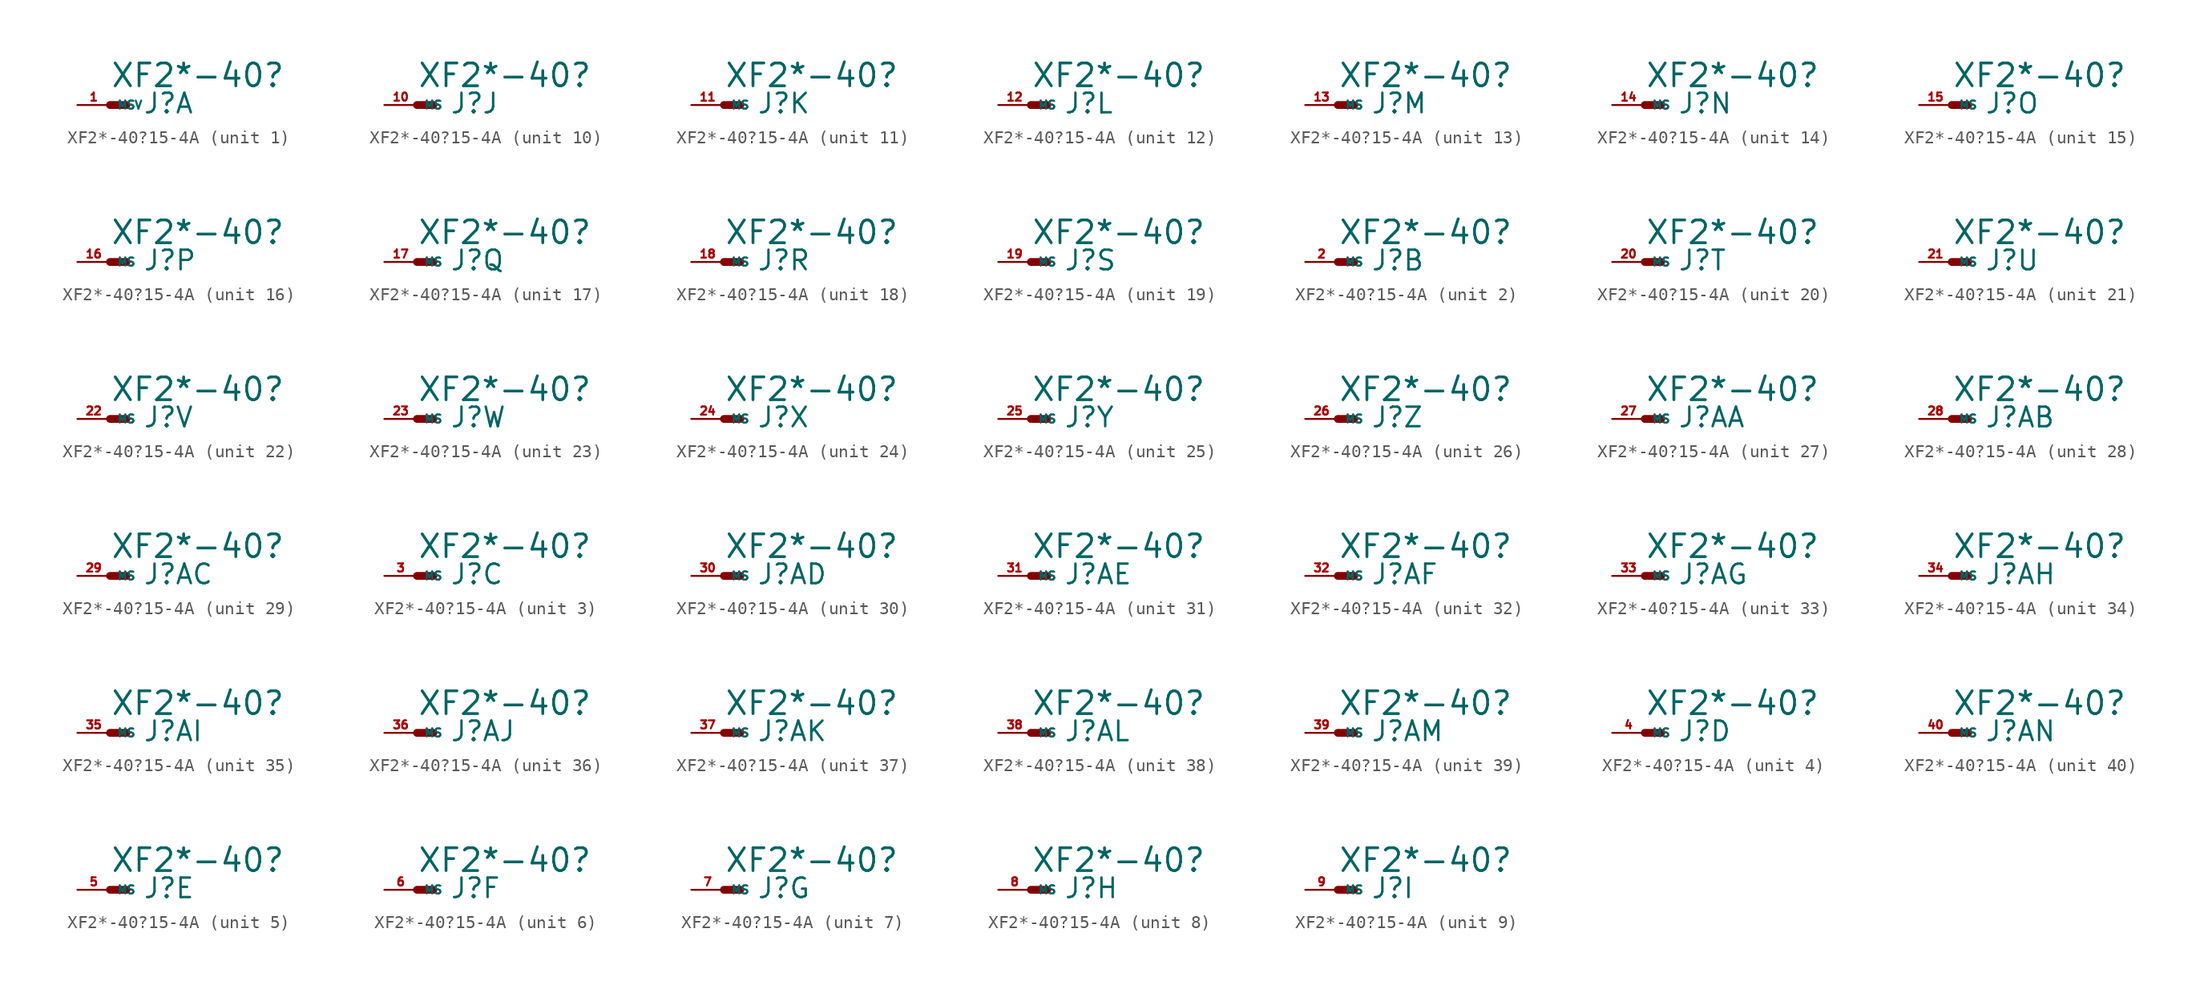
<source format=kicad_sym>
(kicad_symbol_lib
  (version 20220914)
  (generator Eagle2Kicad)
  (symbol "XF2*-40?15-4A"
    (property "Reference" "J"
      (at 2.54 -0.762 0)
      (effects (font (size 1.524 1.524) (thickness 0.19)) (justify left bottom)))
    (property "Value" "XF2*-40?"
      (at 0 1.27 0)
      (effects (font (size 1.778 1.778) (thickness 0.22)) (justify left bottom)))
    (symbol "XF2*-40?15-4A_1_0"
      (polyline (pts (xy 0 0) (xy 1.27 0)) (stroke (width 0.61) (type default)) (fill (type none)))
      (pin passive line (at -2.54 0 0) (length 2.54) (name "MSV" (effects (font (size 0.635 0.635) (thickness 0.08)) (justify left bottom))) (number "1" (effects (font (size 0.635 0.635) (thickness 0.08)) (justify left bottom)))))
    (symbol "XF2*-40?15-4A_2_0"
      (polyline (pts (xy 0 0) (xy 1.27 0)) (stroke (width 0.61) (type default)) (fill (type none)))
      (pin passive line (at -2.54 0 0) (length 2.54) (name "MS" (effects (font (size 0.635 0.635) (thickness 0.08)) (justify left bottom))) (number "2" (effects (font (size 0.635 0.635) (thickness 0.08)) (justify left bottom)))))
    (symbol "XF2*-40?15-4A_3_0"
      (polyline (pts (xy 0 0) (xy 1.27 0)) (stroke (width 0.61) (type default)) (fill (type none)))
      (pin passive line (at -2.54 0 0) (length 2.54) (name "MS" (effects (font (size 0.635 0.635) (thickness 0.08)) (justify left bottom))) (number "3" (effects (font (size 0.635 0.635) (thickness 0.08)) (justify left bottom)))))
    (symbol "XF2*-40?15-4A_4_0"
      (polyline (pts (xy 0 0) (xy 1.27 0)) (stroke (width 0.61) (type default)) (fill (type none)))
      (pin passive line (at -2.54 0 0) (length 2.54) (name "MS" (effects (font (size 0.635 0.635) (thickness 0.08)) (justify left bottom))) (number "4" (effects (font (size 0.635 0.635) (thickness 0.08)) (justify left bottom)))))
    (symbol "XF2*-40?15-4A_5_0"
      (polyline (pts (xy 0 0) (xy 1.27 0)) (stroke (width 0.61) (type default)) (fill (type none)))
      (pin passive line (at -2.54 0 0) (length 2.54) (name "MS" (effects (font (size 0.635 0.635) (thickness 0.08)) (justify left bottom))) (number "5" (effects (font (size 0.635 0.635) (thickness 0.08)) (justify left bottom)))))
    (symbol "XF2*-40?15-4A_6_0"
      (polyline (pts (xy 0 0) (xy 1.27 0)) (stroke (width 0.61) (type default)) (fill (type none)))
      (pin passive line (at -2.54 0 0) (length 2.54) (name "MS" (effects (font (size 0.635 0.635) (thickness 0.08)) (justify left bottom))) (number "6" (effects (font (size 0.635 0.635) (thickness 0.08)) (justify left bottom)))))
    (symbol "XF2*-40?15-4A_7_0"
      (polyline (pts (xy 0 0) (xy 1.27 0)) (stroke (width 0.61) (type default)) (fill (type none)))
      (pin passive line (at -2.54 0 0) (length 2.54) (name "MS" (effects (font (size 0.635 0.635) (thickness 0.08)) (justify left bottom))) (number "7" (effects (font (size 0.635 0.635) (thickness 0.08)) (justify left bottom)))))
    (symbol "XF2*-40?15-4A_8_0"
      (polyline (pts (xy 0 0) (xy 1.27 0)) (stroke (width 0.61) (type default)) (fill (type none)))
      (pin passive line (at -2.54 0 0) (length 2.54) (name "MS" (effects (font (size 0.635 0.635) (thickness 0.08)) (justify left bottom))) (number "8" (effects (font (size 0.635 0.635) (thickness 0.08)) (justify left bottom)))))
    (symbol "XF2*-40?15-4A_9_0"
      (polyline (pts (xy 0 0) (xy 1.27 0)) (stroke (width 0.61) (type default)) (fill (type none)))
      (pin passive line (at -2.54 0 0) (length 2.54) (name "MS" (effects (font (size 0.635 0.635) (thickness 0.08)) (justify left bottom))) (number "9" (effects (font (size 0.635 0.635) (thickness 0.08)) (justify left bottom)))))
    (symbol "XF2*-40?15-4A_10_0"
      (polyline (pts (xy 0 0) (xy 1.27 0)) (stroke (width 0.61) (type default)) (fill (type none)))
      (pin passive line (at -2.54 0 0) (length 2.54) (name "MS" (effects (font (size 0.635 0.635) (thickness 0.08)) (justify left bottom))) (number "10" (effects (font (size 0.635 0.635) (thickness 0.08)) (justify left bottom)))))
    (symbol "XF2*-40?15-4A_11_0"
      (polyline (pts (xy 0 0) (xy 1.27 0)) (stroke (width 0.61) (type default)) (fill (type none)))
      (pin passive line (at -2.54 0 0) (length 2.54) (name "MS" (effects (font (size 0.635 0.635) (thickness 0.08)) (justify left bottom))) (number "11" (effects (font (size 0.635 0.635) (thickness 0.08)) (justify left bottom)))))
    (symbol "XF2*-40?15-4A_12_0"
      (polyline (pts (xy 0 0) (xy 1.27 0)) (stroke (width 0.61) (type default)) (fill (type none)))
      (pin passive line (at -2.54 0 0) (length 2.54) (name "MS" (effects (font (size 0.635 0.635) (thickness 0.08)) (justify left bottom))) (number "12" (effects (font (size 0.635 0.635) (thickness 0.08)) (justify left bottom)))))
    (symbol "XF2*-40?15-4A_13_0"
      (polyline (pts (xy 0 0) (xy 1.27 0)) (stroke (width 0.61) (type default)) (fill (type none)))
      (pin passive line (at -2.54 0 0) (length 2.54) (name "MS" (effects (font (size 0.635 0.635) (thickness 0.08)) (justify left bottom))) (number "13" (effects (font (size 0.635 0.635) (thickness 0.08)) (justify left bottom)))))
    (symbol "XF2*-40?15-4A_14_0"
      (polyline (pts (xy 0 0) (xy 1.27 0)) (stroke (width 0.61) (type default)) (fill (type none)))
      (pin passive line (at -2.54 0 0) (length 2.54) (name "MS" (effects (font (size 0.635 0.635) (thickness 0.08)) (justify left bottom))) (number "14" (effects (font (size 0.635 0.635) (thickness 0.08)) (justify left bottom)))))
    (symbol "XF2*-40?15-4A_15_0"
      (polyline (pts (xy 0 0) (xy 1.27 0)) (stroke (width 0.61) (type default)) (fill (type none)))
      (pin passive line (at -2.54 0 0) (length 2.54) (name "MS" (effects (font (size 0.635 0.635) (thickness 0.08)) (justify left bottom))) (number "15" (effects (font (size 0.635 0.635) (thickness 0.08)) (justify left bottom)))))
    (symbol "XF2*-40?15-4A_16_0"
      (polyline (pts (xy 0 0) (xy 1.27 0)) (stroke (width 0.61) (type default)) (fill (type none)))
      (pin passive line (at -2.54 0 0) (length 2.54) (name "MS" (effects (font (size 0.635 0.635) (thickness 0.08)) (justify left bottom))) (number "16" (effects (font (size 0.635 0.635) (thickness 0.08)) (justify left bottom)))))
    (symbol "XF2*-40?15-4A_17_0"
      (polyline (pts (xy 0 0) (xy 1.27 0)) (stroke (width 0.61) (type default)) (fill (type none)))
      (pin passive line (at -2.54 0 0) (length 2.54) (name "MS" (effects (font (size 0.635 0.635) (thickness 0.08)) (justify left bottom))) (number "17" (effects (font (size 0.635 0.635) (thickness 0.08)) (justify left bottom)))))
    (symbol "XF2*-40?15-4A_18_0"
      (polyline (pts (xy 0 0) (xy 1.27 0)) (stroke (width 0.61) (type default)) (fill (type none)))
      (pin passive line (at -2.54 0 0) (length 2.54) (name "MS" (effects (font (size 0.635 0.635) (thickness 0.08)) (justify left bottom))) (number "18" (effects (font (size 0.635 0.635) (thickness 0.08)) (justify left bottom)))))
    (symbol "XF2*-40?15-4A_19_0"
      (polyline (pts (xy 0 0) (xy 1.27 0)) (stroke (width 0.61) (type default)) (fill (type none)))
      (pin passive line (at -2.54 0 0) (length 2.54) (name "MS" (effects (font (size 0.635 0.635) (thickness 0.08)) (justify left bottom))) (number "19" (effects (font (size 0.635 0.635) (thickness 0.08)) (justify left bottom)))))
    (symbol "XF2*-40?15-4A_20_0"
      (polyline (pts (xy 0 0) (xy 1.27 0)) (stroke (width 0.61) (type default)) (fill (type none)))
      (pin passive line (at -2.54 0 0) (length 2.54) (name "MS" (effects (font (size 0.635 0.635) (thickness 0.08)) (justify left bottom))) (number "20" (effects (font (size 0.635 0.635) (thickness 0.08)) (justify left bottom)))))
    (symbol "XF2*-40?15-4A_21_0"
      (polyline (pts (xy 0 0) (xy 1.27 0)) (stroke (width 0.61) (type default)) (fill (type none)))
      (pin passive line (at -2.54 0 0) (length 2.54) (name "MS" (effects (font (size 0.635 0.635) (thickness 0.08)) (justify left bottom))) (number "21" (effects (font (size 0.635 0.635) (thickness 0.08)) (justify left bottom)))))
    (symbol "XF2*-40?15-4A_22_0"
      (polyline (pts (xy 0 0) (xy 1.27 0)) (stroke (width 0.61) (type default)) (fill (type none)))
      (pin passive line (at -2.54 0 0) (length 2.54) (name "MS" (effects (font (size 0.635 0.635) (thickness 0.08)) (justify left bottom))) (number "22" (effects (font (size 0.635 0.635) (thickness 0.08)) (justify left bottom)))))
    (symbol "XF2*-40?15-4A_23_0"
      (polyline (pts (xy 0 0) (xy 1.27 0)) (stroke (width 0.61) (type default)) (fill (type none)))
      (pin passive line (at -2.54 0 0) (length 2.54) (name "MS" (effects (font (size 0.635 0.635) (thickness 0.08)) (justify left bottom))) (number "23" (effects (font (size 0.635 0.635) (thickness 0.08)) (justify left bottom)))))
    (symbol "XF2*-40?15-4A_24_0"
      (polyline (pts (xy 0 0) (xy 1.27 0)) (stroke (width 0.61) (type default)) (fill (type none)))
      (pin passive line (at -2.54 0 0) (length 2.54) (name "MS" (effects (font (size 0.635 0.635) (thickness 0.08)) (justify left bottom))) (number "24" (effects (font (size 0.635 0.635) (thickness 0.08)) (justify left bottom)))))
    (symbol "XF2*-40?15-4A_25_0"
      (polyline (pts (xy 0 0) (xy 1.27 0)) (stroke (width 0.61) (type default)) (fill (type none)))
      (pin passive line (at -2.54 0 0) (length 2.54) (name "MS" (effects (font (size 0.635 0.635) (thickness 0.08)) (justify left bottom))) (number "25" (effects (font (size 0.635 0.635) (thickness 0.08)) (justify left bottom)))))
    (symbol "XF2*-40?15-4A_26_0"
      (polyline (pts (xy 0 0) (xy 1.27 0)) (stroke (width 0.61) (type default)) (fill (type none)))
      (pin passive line (at -2.54 0 0) (length 2.54) (name "MS" (effects (font (size 0.635 0.635) (thickness 0.08)) (justify left bottom))) (number "26" (effects (font (size 0.635 0.635) (thickness 0.08)) (justify left bottom)))))
    (symbol "XF2*-40?15-4A_27_0"
      (polyline (pts (xy 0 0) (xy 1.27 0)) (stroke (width 0.61) (type default)) (fill (type none)))
      (pin passive line (at -2.54 0 0) (length 2.54) (name "MS" (effects (font (size 0.635 0.635) (thickness 0.08)) (justify left bottom))) (number "27" (effects (font (size 0.635 0.635) (thickness 0.08)) (justify left bottom)))))
    (symbol "XF2*-40?15-4A_28_0"
      (polyline (pts (xy 0 0) (xy 1.27 0)) (stroke (width 0.61) (type default)) (fill (type none)))
      (pin passive line (at -2.54 0 0) (length 2.54) (name "MS" (effects (font (size 0.635 0.635) (thickness 0.08)) (justify left bottom))) (number "28" (effects (font (size 0.635 0.635) (thickness 0.08)) (justify left bottom)))))
    (symbol "XF2*-40?15-4A_29_0"
      (polyline (pts (xy 0 0) (xy 1.27 0)) (stroke (width 0.61) (type default)) (fill (type none)))
      (pin passive line (at -2.54 0 0) (length 2.54) (name "MS" (effects (font (size 0.635 0.635) (thickness 0.08)) (justify left bottom))) (number "29" (effects (font (size 0.635 0.635) (thickness 0.08)) (justify left bottom)))))
    (symbol "XF2*-40?15-4A_30_0"
      (polyline (pts (xy 0 0) (xy 1.27 0)) (stroke (width 0.61) (type default)) (fill (type none)))
      (pin passive line (at -2.54 0 0) (length 2.54) (name "MS" (effects (font (size 0.635 0.635) (thickness 0.08)) (justify left bottom))) (number "30" (effects (font (size 0.635 0.635) (thickness 0.08)) (justify left bottom)))))
    (symbol "XF2*-40?15-4A_31_0"
      (polyline (pts (xy 0 0) (xy 1.27 0)) (stroke (width 0.61) (type default)) (fill (type none)))
      (pin passive line (at -2.54 0 0) (length 2.54) (name "MS" (effects (font (size 0.635 0.635) (thickness 0.08)) (justify left bottom))) (number "31" (effects (font (size 0.635 0.635) (thickness 0.08)) (justify left bottom)))))
    (symbol "XF2*-40?15-4A_32_0"
      (polyline (pts (xy 0 0) (xy 1.27 0)) (stroke (width 0.61) (type default)) (fill (type none)))
      (pin passive line (at -2.54 0 0) (length 2.54) (name "MS" (effects (font (size 0.635 0.635) (thickness 0.08)) (justify left bottom))) (number "32" (effects (font (size 0.635 0.635) (thickness 0.08)) (justify left bottom)))))
    (symbol "XF2*-40?15-4A_33_0"
      (polyline (pts (xy 0 0) (xy 1.27 0)) (stroke (width 0.61) (type default)) (fill (type none)))
      (pin passive line (at -2.54 0 0) (length 2.54) (name "MS" (effects (font (size 0.635 0.635) (thickness 0.08)) (justify left bottom))) (number "33" (effects (font (size 0.635 0.635) (thickness 0.08)) (justify left bottom)))))
    (symbol "XF2*-40?15-4A_34_0"
      (polyline (pts (xy 0 0) (xy 1.27 0)) (stroke (width 0.61) (type default)) (fill (type none)))
      (pin passive line (at -2.54 0 0) (length 2.54) (name "MS" (effects (font (size 0.635 0.635) (thickness 0.08)) (justify left bottom))) (number "34" (effects (font (size 0.635 0.635) (thickness 0.08)) (justify left bottom)))))
    (symbol "XF2*-40?15-4A_35_0"
      (polyline (pts (xy 0 0) (xy 1.27 0)) (stroke (width 0.61) (type default)) (fill (type none)))
      (pin passive line (at -2.54 0 0) (length 2.54) (name "MS" (effects (font (size 0.635 0.635) (thickness 0.08)) (justify left bottom))) (number "35" (effects (font (size 0.635 0.635) (thickness 0.08)) (justify left bottom)))))
    (symbol "XF2*-40?15-4A_36_0"
      (polyline (pts (xy 0 0) (xy 1.27 0)) (stroke (width 0.61) (type default)) (fill (type none)))
      (pin passive line (at -2.54 0 0) (length 2.54) (name "MS" (effects (font (size 0.635 0.635) (thickness 0.08)) (justify left bottom))) (number "36" (effects (font (size 0.635 0.635) (thickness 0.08)) (justify left bottom)))))
    (symbol "XF2*-40?15-4A_37_0"
      (polyline (pts (xy 0 0) (xy 1.27 0)) (stroke (width 0.61) (type default)) (fill (type none)))
      (pin passive line (at -2.54 0 0) (length 2.54) (name "MS" (effects (font (size 0.635 0.635) (thickness 0.08)) (justify left bottom))) (number "37" (effects (font (size 0.635 0.635) (thickness 0.08)) (justify left bottom)))))
    (symbol "XF2*-40?15-4A_38_0"
      (polyline (pts (xy 0 0) (xy 1.27 0)) (stroke (width 0.61) (type default)) (fill (type none)))
      (pin passive line (at -2.54 0 0) (length 2.54) (name "MS" (effects (font (size 0.635 0.635) (thickness 0.08)) (justify left bottom))) (number "38" (effects (font (size 0.635 0.635) (thickness 0.08)) (justify left bottom)))))
    (symbol "XF2*-40?15-4A_39_0"
      (polyline (pts (xy 0 0) (xy 1.27 0)) (stroke (width 0.61) (type default)) (fill (type none)))
      (pin passive line (at -2.54 0 0) (length 2.54) (name "MS" (effects (font (size 0.635 0.635) (thickness 0.08)) (justify left bottom))) (number "39" (effects (font (size 0.635 0.635) (thickness 0.08)) (justify left bottom)))))
    (symbol "XF2*-40?15-4A_40_0"
      (polyline (pts (xy 0 0) (xy 1.27 0)) (stroke (width 0.61) (type default)) (fill (type none)))
      (pin passive line (at -2.54 0 0) (length 2.54) (name "MS" (effects (font (size 0.635 0.635) (thickness 0.08)) (justify left bottom))) (number "40" (effects (font (size 0.635 0.635) (thickness 0.08)) (justify left bottom)))))))
</source>
